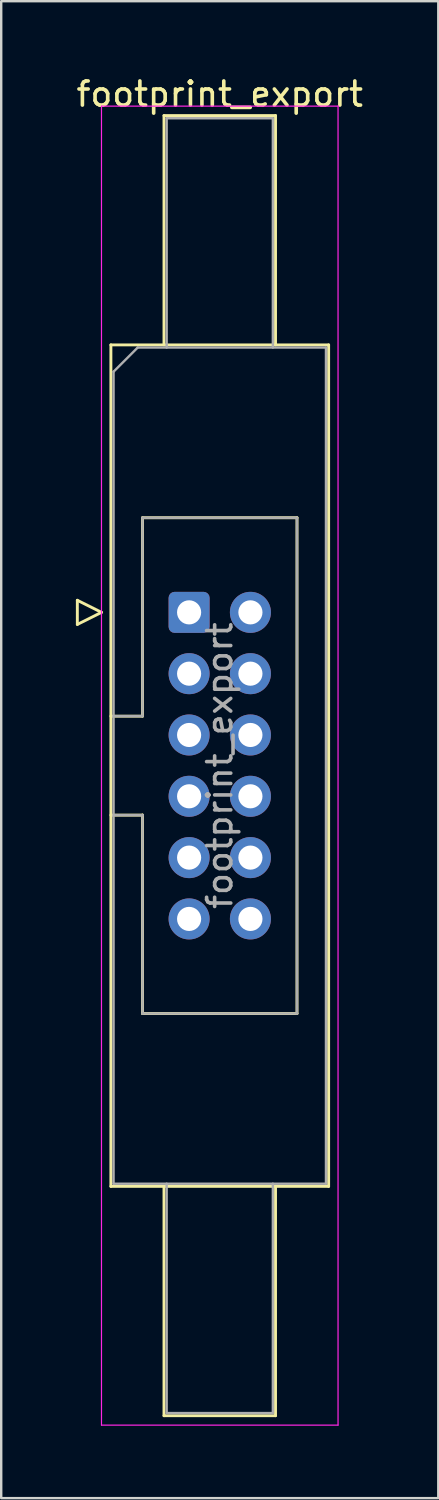
<source format=kicad_pcb>
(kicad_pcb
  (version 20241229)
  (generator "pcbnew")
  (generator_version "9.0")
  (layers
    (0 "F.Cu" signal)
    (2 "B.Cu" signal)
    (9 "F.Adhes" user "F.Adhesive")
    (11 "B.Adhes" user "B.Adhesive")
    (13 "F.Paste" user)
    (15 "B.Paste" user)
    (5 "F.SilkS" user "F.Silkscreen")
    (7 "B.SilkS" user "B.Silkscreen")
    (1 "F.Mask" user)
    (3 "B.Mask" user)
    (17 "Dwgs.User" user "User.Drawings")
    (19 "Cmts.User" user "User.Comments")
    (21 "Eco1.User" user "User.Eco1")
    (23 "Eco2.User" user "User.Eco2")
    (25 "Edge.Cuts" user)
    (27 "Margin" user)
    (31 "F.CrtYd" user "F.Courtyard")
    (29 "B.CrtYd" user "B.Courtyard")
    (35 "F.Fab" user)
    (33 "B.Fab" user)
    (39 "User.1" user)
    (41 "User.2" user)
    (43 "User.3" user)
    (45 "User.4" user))
  (footprint "footprint_export"
    (layer "F.Cu")
    (at 4.784 22.318)
    (property "Reference" "footprint_export" (at 1.27 -21.47 0) (layer "F.SilkS") (effects (font (size 1 1) (thickness 0.15))))
    (attr through_hole)
    (fp_line (start -4.63 -0.5) (end -4.63 0.5) (stroke (width 0.12) (type solid)) (layer "F.SilkS"))
    (fp_line (start -4.63 0.5) (end -3.63 0) (stroke (width 0.12) (type solid)) (layer "F.SilkS"))
    (fp_line (start -3.63 0) (end -4.63 -0.5) (stroke (width 0.12) (type solid)) (layer "F.SilkS"))
    (fp_line (start -3.24 -11.08) (end 5.78 -11.08) (stroke (width 0.12) (type solid)) (layer "F.SilkS"))
    (fp_line (start -3.24 4.3) (end -1.93 4.3) (stroke (width 0.12) (type solid)) (layer "F.SilkS"))
    (fp_line (start -3.24 23.78) (end -3.24 -11.08) (stroke (width 0.12) (type solid)) (layer "F.SilkS"))
    (fp_line (start -1.93 -3.92) (end 4.47 -3.92) (stroke (width 0.12) (type solid)) (layer "F.SilkS"))
    (fp_line (start -1.93 4.3) (end -1.93 -3.92) (stroke (width 0.12) (type solid)) (layer "F.SilkS"))
    (fp_line (start -1.93 8.4) (end -3.24 8.4) (stroke (width 0.12) (type solid)) (layer "F.SilkS"))
    (fp_line (start -1.93 8.4) (end -1.93 8.4) (stroke (width 0.12) (type solid)) (layer "F.SilkS"))
    (fp_line (start -1.93 16.62) (end -1.93 8.4) (stroke (width 0.12) (type solid)) (layer "F.SilkS"))
    (fp_line (start -1.04 -20.58) (end 3.58 -20.58) (stroke (width 0.12) (type solid)) (layer "F.SilkS"))
    (fp_line (start -1.04 -11.08) (end -1.04 -20.58) (stroke (width 0.12) (type solid)) (layer "F.SilkS"))
    (fp_line (start -1.04 23.78) (end -1.04 33.28) (stroke (width 0.12) (type solid)) (layer "F.SilkS"))
    (fp_line (start -1.04 33.28) (end 3.58 33.28) (stroke (width 0.12) (type solid)) (layer "F.SilkS"))
    (fp_line (start 3.58 -20.58) (end 3.58 -11.08) (stroke (width 0.12) (type solid)) (layer "F.SilkS"))
    (fp_line (start 3.58 33.28) (end 3.58 23.78) (stroke (width 0.12) (type solid)) (layer "F.SilkS"))
    (fp_line (start 4.47 -3.92) (end 4.47 16.62) (stroke (width 0.12) (type solid)) (layer "F.SilkS"))
    (fp_line (start 4.47 16.62) (end -1.93 16.62) (stroke (width 0.12) (type solid)) (layer "F.SilkS"))
    (fp_line (start 5.78 -11.08) (end 5.78 23.78) (stroke (width 0.12) (type solid)) (layer "F.SilkS"))
    (fp_line (start 5.78 23.78) (end -3.24 23.78) (stroke (width 0.12) (type solid)) (layer "F.SilkS"))
    (fp_line (start -3.63 -20.97) (end -3.63 33.67) (stroke (width 0.05) (type solid)) (layer "F.CrtYd"))
    (fp_line (start -3.63 33.67) (end 6.17 33.67) (stroke (width 0.05) (type solid)) (layer "F.CrtYd"))
    (fp_line (start 6.17 -20.97) (end -3.63 -20.97) (stroke (width 0.05) (type solid)) (layer "F.CrtYd"))
    (fp_line (start 6.17 33.67) (end 6.17 -20.97) (stroke (width 0.05) (type solid)) (layer "F.CrtYd"))
    (fp_line (start -3.13 -9.97) (end -2.13 -10.97) (stroke (width 0.1) (type solid)) (layer "F.Fab"))
    (fp_line (start -3.13 4.3) (end -1.93 4.3) (stroke (width 0.1) (type solid)) (layer "F.Fab"))
    (fp_line (start -3.13 23.67) (end -3.13 -9.97) (stroke (width 0.1) (type solid)) (layer "F.Fab"))
    (fp_line (start -2.13 -10.97) (end 5.67 -10.97) (stroke (width 0.1) (type solid)) (layer "F.Fab"))
    (fp_line (start -1.93 -3.92) (end 4.47 -3.92) (stroke (width 0.1) (type solid)) (layer "F.Fab"))
    (fp_line (start -1.93 4.3) (end -1.93 -3.92) (stroke (width 0.1) (type solid)) (layer "F.Fab"))
    (fp_line (start -1.93 8.4) (end -3.13 8.4) (stroke (width 0.1) (type solid)) (layer "F.Fab"))
    (fp_line (start -1.93 8.4) (end -1.93 8.4) (stroke (width 0.1) (type solid)) (layer "F.Fab"))
    (fp_line (start -1.93 16.62) (end -1.93 8.4) (stroke (width 0.1) (type solid)) (layer "F.Fab"))
    (fp_line (start -0.93 -20.47) (end 3.47 -20.47) (stroke (width 0.1) (type solid)) (layer "F.Fab"))
    (fp_line (start -0.93 -10.97) (end -0.93 -20.47) (stroke (width 0.1) (type solid)) (layer "F.Fab"))
    (fp_line (start -0.93 23.67) (end -0.93 33.17) (stroke (width 0.1) (type solid)) (layer "F.Fab"))
    (fp_line (start -0.93 33.17) (end 3.47 33.17) (stroke (width 0.1) (type solid)) (layer "F.Fab"))
    (fp_line (start 3.47 -20.47) (end 3.47 -10.97) (stroke (width 0.1) (type solid)) (layer "F.Fab"))
    (fp_line (start 3.47 33.17) (end 3.47 23.67) (stroke (width 0.1) (type solid)) (layer "F.Fab"))
    (fp_line (start 4.47 -3.92) (end 4.47 16.62) (stroke (width 0.1) (type solid)) (layer "F.Fab"))
    (fp_line (start 4.47 16.62) (end -1.93 16.62) (stroke (width 0.1) (type solid)) (layer "F.Fab"))
    (fp_line (start 5.67 -10.97) (end 5.67 23.67) (stroke (width 0.1) (type solid)) (layer "F.Fab"))
    (fp_line (start 5.67 23.67) (end -3.13 23.67) (stroke (width 0.1) (type solid)) (layer "F.Fab"))
    (fp_text user "${REFERENCE}" (at 1.27 6.35 90) (layer "F.Fab") (effects (font (size 1 1) (thickness 0.15))))
    (pad "1" thru_hole roundrect (at 0 0) (size 1.7 1.7) (drill 1) (layers "*.Cu" "*.Mask") (roundrect_rratio 0.147))
    (pad "2" thru_hole circle (at 2.54 0) (size 1.7 1.7) (drill 1) (layers "*.Cu" "*.Mask"))
    (pad "3" thru_hole circle (at 0 2.54) (size 1.7 1.7) (drill 1) (layers "*.Cu" "*.Mask"))
    (pad "4" thru_hole circle (at 2.54 2.54) (size 1.7 1.7) (drill 1) (layers "*.Cu" "*.Mask"))
    (pad "5" thru_hole circle (at 0 5.08) (size 1.7 1.7) (drill 1) (layers "*.Cu" "*.Mask"))
    (pad "6" thru_hole circle (at 2.54 5.08) (size 1.7 1.7) (drill 1) (layers "*.Cu" "*.Mask"))
    (pad "7" thru_hole circle (at 0 7.62) (size 1.7 1.7) (drill 1) (layers "*.Cu" "*.Mask"))
    (pad "8" thru_hole circle (at 2.54 7.62) (size 1.7 1.7) (drill 1) (layers "*.Cu" "*.Mask"))
    (pad "9" thru_hole circle (at 0 10.16) (size 1.7 1.7) (drill 1) (layers "*.Cu" "*.Mask"))
    (pad "10" thru_hole circle (at 2.54 10.16) (size 1.7 1.7) (drill 1) (layers "*.Cu" "*.Mask"))
    (pad "11" thru_hole circle (at 0 12.7) (size 1.7 1.7) (drill 1) (layers "*.Cu" "*.Mask"))
    (pad "12" thru_hole circle (at 2.54 12.7) (size 1.7 1.7) (drill 1) (layers "*.Cu" "*.Mask")))
  (gr_rect
    (start -3 -3)
    (end 15.107 59.013)
    (stroke (width 0.1) (type default))
    (fill no)
    (layer "Edge.Cuts")))
</source>
